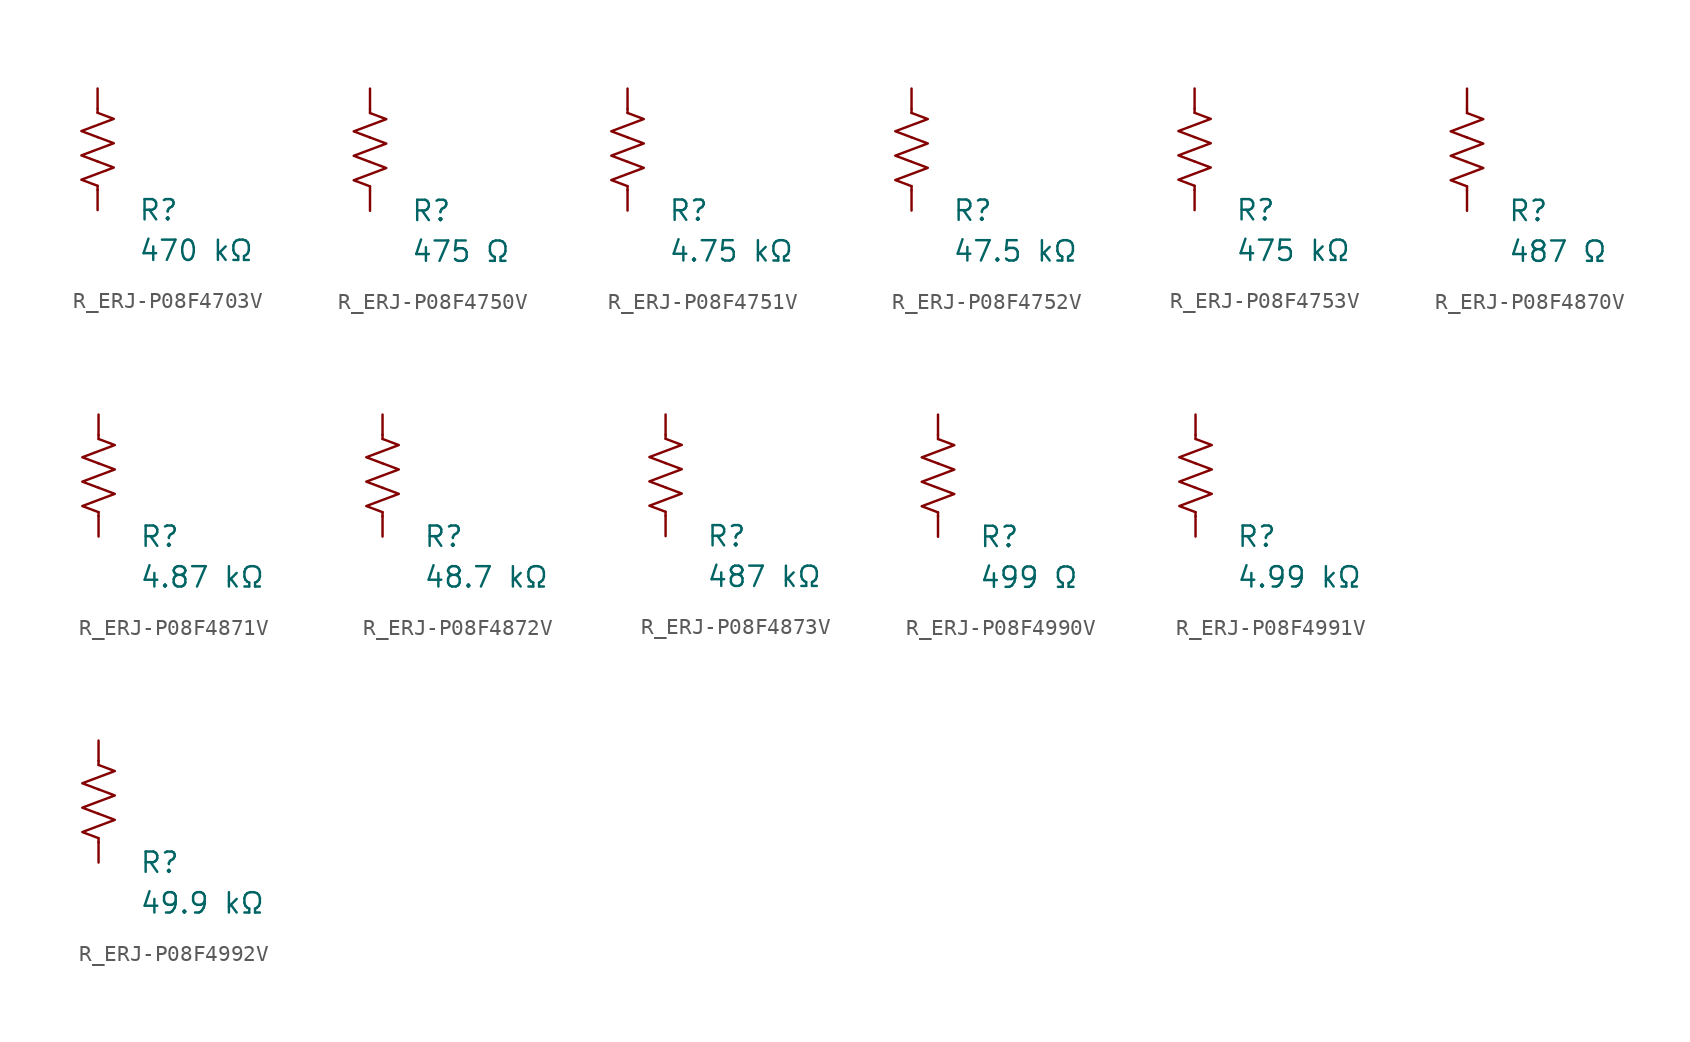
<source format=kicad_sym>
(kicad_symbol_lib
  (version 20231120)
  (generator "kicad_symbol_editor")
  (generator_version "8.0")
  (symbol "R_ERJ-P08F4703V"
    (pin_numbers hide)
    (pin_names
      (offset 0))
    (property "Reference" "R"
      (at 2.54 -3.81 0)
      (effects (font (size 1.27 1.27)) (justify left))
      (show_name no))
    (property "Value" "470 kΩ"
      (at 2.54 -6.35 0)
      (effects (font (size 1.27 1.27)) (justify left))
      (show_name no))
    (symbol "R_ERJ-P08F4703V_0_1"
      (polyline (pts (xy 0 -2.286) (xy 0 -2.54)) (stroke (width 0) (type default)) (fill (type none)))
      (polyline (pts (xy 0 2.286) (xy 0 2.54)) (stroke (width 0) (type default)) (fill (type none)))
      (polyline (pts (xy 0 -0.762) (xy 1.016 -1.143) (xy 0 -1.524) (xy -1.016 -1.905) (xy 0 -2.286)) (stroke (width 0) (type default)) (fill (type none)))
      (polyline (pts (xy 0 0.762) (xy 1.016 0.381) (xy 0 0) (xy -1.016 -0.381) (xy 0 -0.762)) (stroke (width 0) (type default)) (fill (type none)))
      (polyline (pts (xy 0 2.286) (xy 1.016 1.905) (xy 0 1.524) (xy -1.016 1.143) (xy 0 0.762)) (stroke (width 0) (type default)) (fill (type none))))
    (symbol "R_ERJ-P08F4703V_1_1"
      (pin passive line (at 0 3.81 270) (length 1.27) (name "~" (effects (font (size 1.27 1.27)))) (number "1" (effects (font (size 1.27 1.27)))))
      (pin passive line (at 0 -3.81 90) (length 1.27) (name "~" (effects (font (size 1.27 1.27)))) (number "2" (effects (font (size 1.27 1.27)))))))
  (symbol "R_ERJ-P08F4750V"
    (pin_numbers hide)
    (pin_names
      (offset 0))
    (property "Reference" "R"
      (at 2.54 -3.81 0)
      (effects (font (size 1.27 1.27)) (justify left))
      (show_name no))
    (property "Value" "475 Ω"
      (at 2.54 -6.35 0)
      (effects (font (size 1.27 1.27)) (justify left))
      (show_name no))
    (symbol "R_ERJ-P08F4750V_0_1"
      (polyline (pts (xy 0 -2.286) (xy 0 -2.54)) (stroke (width 0) (type default)) (fill (type none)))
      (polyline (pts (xy 0 2.286) (xy 0 2.54)) (stroke (width 0) (type default)) (fill (type none)))
      (polyline (pts (xy 0 -0.762) (xy 1.016 -1.143) (xy 0 -1.524) (xy -1.016 -1.905) (xy 0 -2.286)) (stroke (width 0) (type default)) (fill (type none)))
      (polyline (pts (xy 0 0.762) (xy 1.016 0.381) (xy 0 0) (xy -1.016 -0.381) (xy 0 -0.762)) (stroke (width 0) (type default)) (fill (type none)))
      (polyline (pts (xy 0 2.286) (xy 1.016 1.905) (xy 0 1.524) (xy -1.016 1.143) (xy 0 0.762)) (stroke (width 0) (type default)) (fill (type none))))
    (symbol "R_ERJ-P08F4750V_1_1"
      (pin passive line (at 0 3.81 270) (length 1.27) (name "~" (effects (font (size 1.27 1.27)))) (number "1" (effects (font (size 1.27 1.27)))))
      (pin passive line (at 0 -3.81 90) (length 1.27) (name "~" (effects (font (size 1.27 1.27)))) (number "2" (effects (font (size 1.27 1.27)))))))
  (symbol "R_ERJ-P08F4751V"
    (pin_numbers hide)
    (pin_names
      (offset 0))
    (property "Reference" "R"
      (at 2.54 -3.81 0)
      (effects (font (size 1.27 1.27)) (justify left))
      (show_name no))
    (property "Value" "4.75 kΩ"
      (at 2.54 -6.35 0)
      (effects (font (size 1.27 1.27)) (justify left))
      (show_name no))
    (symbol "R_ERJ-P08F4751V_0_1"
      (polyline (pts (xy 0 -2.286) (xy 0 -2.54)) (stroke (width 0) (type default)) (fill (type none)))
      (polyline (pts (xy 0 2.286) (xy 0 2.54)) (stroke (width 0) (type default)) (fill (type none)))
      (polyline (pts (xy 0 -0.762) (xy 1.016 -1.143) (xy 0 -1.524) (xy -1.016 -1.905) (xy 0 -2.286)) (stroke (width 0) (type default)) (fill (type none)))
      (polyline (pts (xy 0 0.762) (xy 1.016 0.381) (xy 0 0) (xy -1.016 -0.381) (xy 0 -0.762)) (stroke (width 0) (type default)) (fill (type none)))
      (polyline (pts (xy 0 2.286) (xy 1.016 1.905) (xy 0 1.524) (xy -1.016 1.143) (xy 0 0.762)) (stroke (width 0) (type default)) (fill (type none))))
    (symbol "R_ERJ-P08F4751V_1_1"
      (pin passive line (at 0 3.81 270) (length 1.27) (name "~" (effects (font (size 1.27 1.27)))) (number "1" (effects (font (size 1.27 1.27)))))
      (pin passive line (at 0 -3.81 90) (length 1.27) (name "~" (effects (font (size 1.27 1.27)))) (number "2" (effects (font (size 1.27 1.27)))))))
  (symbol "R_ERJ-P08F4752V"
    (pin_numbers hide)
    (pin_names
      (offset 0))
    (property "Reference" "R"
      (at 2.54 -3.81 0)
      (effects (font (size 1.27 1.27)) (justify left))
      (show_name no))
    (property "Value" "47.5 kΩ"
      (at 2.54 -6.35 0)
      (effects (font (size 1.27 1.27)) (justify left))
      (show_name no))
    (symbol "R_ERJ-P08F4752V_0_1"
      (polyline (pts (xy 0 -2.286) (xy 0 -2.54)) (stroke (width 0) (type default)) (fill (type none)))
      (polyline (pts (xy 0 2.286) (xy 0 2.54)) (stroke (width 0) (type default)) (fill (type none)))
      (polyline (pts (xy 0 -0.762) (xy 1.016 -1.143) (xy 0 -1.524) (xy -1.016 -1.905) (xy 0 -2.286)) (stroke (width 0) (type default)) (fill (type none)))
      (polyline (pts (xy 0 0.762) (xy 1.016 0.381) (xy 0 0) (xy -1.016 -0.381) (xy 0 -0.762)) (stroke (width 0) (type default)) (fill (type none)))
      (polyline (pts (xy 0 2.286) (xy 1.016 1.905) (xy 0 1.524) (xy -1.016 1.143) (xy 0 0.762)) (stroke (width 0) (type default)) (fill (type none))))
    (symbol "R_ERJ-P08F4752V_1_1"
      (pin passive line (at 0 3.81 270) (length 1.27) (name "~" (effects (font (size 1.27 1.27)))) (number "1" (effects (font (size 1.27 1.27)))))
      (pin passive line (at 0 -3.81 90) (length 1.27) (name "~" (effects (font (size 1.27 1.27)))) (number "2" (effects (font (size 1.27 1.27)))))))
  (symbol "R_ERJ-P08F4753V"
    (pin_numbers hide)
    (pin_names
      (offset 0))
    (property "Reference" "R"
      (at 2.54 -3.81 0)
      (effects (font (size 1.27 1.27)) (justify left))
      (show_name no))
    (property "Value" "475 kΩ"
      (at 2.54 -6.35 0)
      (effects (font (size 1.27 1.27)) (justify left))
      (show_name no))
    (symbol "R_ERJ-P08F4753V_0_1"
      (polyline (pts (xy 0 -2.286) (xy 0 -2.54)) (stroke (width 0) (type default)) (fill (type none)))
      (polyline (pts (xy 0 2.286) (xy 0 2.54)) (stroke (width 0) (type default)) (fill (type none)))
      (polyline (pts (xy 0 -0.762) (xy 1.016 -1.143) (xy 0 -1.524) (xy -1.016 -1.905) (xy 0 -2.286)) (stroke (width 0) (type default)) (fill (type none)))
      (polyline (pts (xy 0 0.762) (xy 1.016 0.381) (xy 0 0) (xy -1.016 -0.381) (xy 0 -0.762)) (stroke (width 0) (type default)) (fill (type none)))
      (polyline (pts (xy 0 2.286) (xy 1.016 1.905) (xy 0 1.524) (xy -1.016 1.143) (xy 0 0.762)) (stroke (width 0) (type default)) (fill (type none))))
    (symbol "R_ERJ-P08F4753V_1_1"
      (pin passive line (at 0 3.81 270) (length 1.27) (name "~" (effects (font (size 1.27 1.27)))) (number "1" (effects (font (size 1.27 1.27)))))
      (pin passive line (at 0 -3.81 90) (length 1.27) (name "~" (effects (font (size 1.27 1.27)))) (number "2" (effects (font (size 1.27 1.27)))))))
  (symbol "R_ERJ-P08F4870V"
    (pin_numbers hide)
    (pin_names
      (offset 0))
    (property "Reference" "R"
      (at 2.54 -3.81 0)
      (effects (font (size 1.27 1.27)) (justify left))
      (show_name no))
    (property "Value" "487 Ω"
      (at 2.54 -6.35 0)
      (effects (font (size 1.27 1.27)) (justify left))
      (show_name no))
    (symbol "R_ERJ-P08F4870V_0_1"
      (polyline (pts (xy 0 -2.286) (xy 0 -2.54)) (stroke (width 0) (type default)) (fill (type none)))
      (polyline (pts (xy 0 2.286) (xy 0 2.54)) (stroke (width 0) (type default)) (fill (type none)))
      (polyline (pts (xy 0 -0.762) (xy 1.016 -1.143) (xy 0 -1.524) (xy -1.016 -1.905) (xy 0 -2.286)) (stroke (width 0) (type default)) (fill (type none)))
      (polyline (pts (xy 0 0.762) (xy 1.016 0.381) (xy 0 0) (xy -1.016 -0.381) (xy 0 -0.762)) (stroke (width 0) (type default)) (fill (type none)))
      (polyline (pts (xy 0 2.286) (xy 1.016 1.905) (xy 0 1.524) (xy -1.016 1.143) (xy 0 0.762)) (stroke (width 0) (type default)) (fill (type none))))
    (symbol "R_ERJ-P08F4870V_1_1"
      (pin passive line (at 0 3.81 270) (length 1.27) (name "~" (effects (font (size 1.27 1.27)))) (number "1" (effects (font (size 1.27 1.27)))))
      (pin passive line (at 0 -3.81 90) (length 1.27) (name "~" (effects (font (size 1.27 1.27)))) (number "2" (effects (font (size 1.27 1.27)))))))
  (symbol "R_ERJ-P08F4871V"
    (pin_numbers hide)
    (pin_names
      (offset 0))
    (property "Reference" "R"
      (at 2.54 -3.81 0)
      (effects (font (size 1.27 1.27)) (justify left))
      (show_name no))
    (property "Value" "4.87 kΩ"
      (at 2.54 -6.35 0)
      (effects (font (size 1.27 1.27)) (justify left))
      (show_name no))
    (symbol "R_ERJ-P08F4871V_0_1"
      (polyline (pts (xy 0 -2.286) (xy 0 -2.54)) (stroke (width 0) (type default)) (fill (type none)))
      (polyline (pts (xy 0 2.286) (xy 0 2.54)) (stroke (width 0) (type default)) (fill (type none)))
      (polyline (pts (xy 0 -0.762) (xy 1.016 -1.143) (xy 0 -1.524) (xy -1.016 -1.905) (xy 0 -2.286)) (stroke (width 0) (type default)) (fill (type none)))
      (polyline (pts (xy 0 0.762) (xy 1.016 0.381) (xy 0 0) (xy -1.016 -0.381) (xy 0 -0.762)) (stroke (width 0) (type default)) (fill (type none)))
      (polyline (pts (xy 0 2.286) (xy 1.016 1.905) (xy 0 1.524) (xy -1.016 1.143) (xy 0 0.762)) (stroke (width 0) (type default)) (fill (type none))))
    (symbol "R_ERJ-P08F4871V_1_1"
      (pin passive line (at 0 3.81 270) (length 1.27) (name "~" (effects (font (size 1.27 1.27)))) (number "1" (effects (font (size 1.27 1.27)))))
      (pin passive line (at 0 -3.81 90) (length 1.27) (name "~" (effects (font (size 1.27 1.27)))) (number "2" (effects (font (size 1.27 1.27)))))))
  (symbol "R_ERJ-P08F4872V"
    (pin_numbers hide)
    (pin_names
      (offset 0))
    (property "Reference" "R"
      (at 2.54 -3.81 0)
      (effects (font (size 1.27 1.27)) (justify left))
      (show_name no))
    (property "Value" "48.7 kΩ"
      (at 2.54 -6.35 0)
      (effects (font (size 1.27 1.27)) (justify left))
      (show_name no))
    (symbol "R_ERJ-P08F4872V_0_1"
      (polyline (pts (xy 0 -2.286) (xy 0 -2.54)) (stroke (width 0) (type default)) (fill (type none)))
      (polyline (pts (xy 0 2.286) (xy 0 2.54)) (stroke (width 0) (type default)) (fill (type none)))
      (polyline (pts (xy 0 -0.762) (xy 1.016 -1.143) (xy 0 -1.524) (xy -1.016 -1.905) (xy 0 -2.286)) (stroke (width 0) (type default)) (fill (type none)))
      (polyline (pts (xy 0 0.762) (xy 1.016 0.381) (xy 0 0) (xy -1.016 -0.381) (xy 0 -0.762)) (stroke (width 0) (type default)) (fill (type none)))
      (polyline (pts (xy 0 2.286) (xy 1.016 1.905) (xy 0 1.524) (xy -1.016 1.143) (xy 0 0.762)) (stroke (width 0) (type default)) (fill (type none))))
    (symbol "R_ERJ-P08F4872V_1_1"
      (pin passive line (at 0 3.81 270) (length 1.27) (name "~" (effects (font (size 1.27 1.27)))) (number "1" (effects (font (size 1.27 1.27)))))
      (pin passive line (at 0 -3.81 90) (length 1.27) (name "~" (effects (font (size 1.27 1.27)))) (number "2" (effects (font (size 1.27 1.27)))))))
  (symbol "R_ERJ-P08F4873V"
    (pin_numbers hide)
    (pin_names
      (offset 0))
    (property "Reference" "R"
      (at 2.54 -3.81 0)
      (effects (font (size 1.27 1.27)) (justify left))
      (show_name no))
    (property "Value" "487 kΩ"
      (at 2.54 -6.35 0)
      (effects (font (size 1.27 1.27)) (justify left))
      (show_name no))
    (symbol "R_ERJ-P08F4873V_0_1"
      (polyline (pts (xy 0 -2.286) (xy 0 -2.54)) (stroke (width 0) (type default)) (fill (type none)))
      (polyline (pts (xy 0 2.286) (xy 0 2.54)) (stroke (width 0) (type default)) (fill (type none)))
      (polyline (pts (xy 0 -0.762) (xy 1.016 -1.143) (xy 0 -1.524) (xy -1.016 -1.905) (xy 0 -2.286)) (stroke (width 0) (type default)) (fill (type none)))
      (polyline (pts (xy 0 0.762) (xy 1.016 0.381) (xy 0 0) (xy -1.016 -0.381) (xy 0 -0.762)) (stroke (width 0) (type default)) (fill (type none)))
      (polyline (pts (xy 0 2.286) (xy 1.016 1.905) (xy 0 1.524) (xy -1.016 1.143) (xy 0 0.762)) (stroke (width 0) (type default)) (fill (type none))))
    (symbol "R_ERJ-P08F4873V_1_1"
      (pin passive line (at 0 3.81 270) (length 1.27) (name "~" (effects (font (size 1.27 1.27)))) (number "1" (effects (font (size 1.27 1.27)))))
      (pin passive line (at 0 -3.81 90) (length 1.27) (name "~" (effects (font (size 1.27 1.27)))) (number "2" (effects (font (size 1.27 1.27)))))))
  (symbol "R_ERJ-P08F4990V"
    (pin_numbers hide)
    (pin_names
      (offset 0))
    (property "Reference" "R"
      (at 2.54 -3.81 0)
      (effects (font (size 1.27 1.27)) (justify left))
      (show_name no))
    (property "Value" "499 Ω"
      (at 2.54 -6.35 0)
      (effects (font (size 1.27 1.27)) (justify left))
      (show_name no))
    (symbol "R_ERJ-P08F4990V_0_1"
      (polyline (pts (xy 0 -2.286) (xy 0 -2.54)) (stroke (width 0) (type default)) (fill (type none)))
      (polyline (pts (xy 0 2.286) (xy 0 2.54)) (stroke (width 0) (type default)) (fill (type none)))
      (polyline (pts (xy 0 -0.762) (xy 1.016 -1.143) (xy 0 -1.524) (xy -1.016 -1.905) (xy 0 -2.286)) (stroke (width 0) (type default)) (fill (type none)))
      (polyline (pts (xy 0 0.762) (xy 1.016 0.381) (xy 0 0) (xy -1.016 -0.381) (xy 0 -0.762)) (stroke (width 0) (type default)) (fill (type none)))
      (polyline (pts (xy 0 2.286) (xy 1.016 1.905) (xy 0 1.524) (xy -1.016 1.143) (xy 0 0.762)) (stroke (width 0) (type default)) (fill (type none))))
    (symbol "R_ERJ-P08F4990V_1_1"
      (pin passive line (at 0 3.81 270) (length 1.27) (name "~" (effects (font (size 1.27 1.27)))) (number "1" (effects (font (size 1.27 1.27)))))
      (pin passive line (at 0 -3.81 90) (length 1.27) (name "~" (effects (font (size 1.27 1.27)))) (number "2" (effects (font (size 1.27 1.27)))))))
  (symbol "R_ERJ-P08F4991V"
    (pin_numbers hide)
    (pin_names
      (offset 0))
    (property "Reference" "R"
      (at 2.54 -3.81 0)
      (effects (font (size 1.27 1.27)) (justify left))
      (show_name no))
    (property "Value" "4.99 kΩ"
      (at 2.54 -6.35 0)
      (effects (font (size 1.27 1.27)) (justify left))
      (show_name no))
    (symbol "R_ERJ-P08F4991V_0_1"
      (polyline (pts (xy 0 -2.286) (xy 0 -2.54)) (stroke (width 0) (type default)) (fill (type none)))
      (polyline (pts (xy 0 2.286) (xy 0 2.54)) (stroke (width 0) (type default)) (fill (type none)))
      (polyline (pts (xy 0 -0.762) (xy 1.016 -1.143) (xy 0 -1.524) (xy -1.016 -1.905) (xy 0 -2.286)) (stroke (width 0) (type default)) (fill (type none)))
      (polyline (pts (xy 0 0.762) (xy 1.016 0.381) (xy 0 0) (xy -1.016 -0.381) (xy 0 -0.762)) (stroke (width 0) (type default)) (fill (type none)))
      (polyline (pts (xy 0 2.286) (xy 1.016 1.905) (xy 0 1.524) (xy -1.016 1.143) (xy 0 0.762)) (stroke (width 0) (type default)) (fill (type none))))
    (symbol "R_ERJ-P08F4991V_1_1"
      (pin passive line (at 0 3.81 270) (length 1.27) (name "~" (effects (font (size 1.27 1.27)))) (number "1" (effects (font (size 1.27 1.27)))))
      (pin passive line (at 0 -3.81 90) (length 1.27) (name "~" (effects (font (size 1.27 1.27)))) (number "2" (effects (font (size 1.27 1.27)))))))
  (symbol "R_ERJ-P08F4992V"
    (pin_numbers hide)
    (pin_names
      (offset 0))
    (property "Reference" "R"
      (at 2.54 -3.81 0)
      (effects (font (size 1.27 1.27)) (justify left))
      (show_name no))
    (property "Value" "49.9 kΩ"
      (at 2.54 -6.35 0)
      (effects (font (size 1.27 1.27)) (justify left))
      (show_name no))
    (symbol "R_ERJ-P08F4992V_0_1"
      (polyline (pts (xy 0 -2.286) (xy 0 -2.54)) (stroke (width 0) (type default)) (fill (type none)))
      (polyline (pts (xy 0 2.286) (xy 0 2.54)) (stroke (width 0) (type default)) (fill (type none)))
      (polyline (pts (xy 0 -0.762) (xy 1.016 -1.143) (xy 0 -1.524) (xy -1.016 -1.905) (xy 0 -2.286)) (stroke (width 0) (type default)) (fill (type none)))
      (polyline (pts (xy 0 0.762) (xy 1.016 0.381) (xy 0 0) (xy -1.016 -0.381) (xy 0 -0.762)) (stroke (width 0) (type default)) (fill (type none)))
      (polyline (pts (xy 0 2.286) (xy 1.016 1.905) (xy 0 1.524) (xy -1.016 1.143) (xy 0 0.762)) (stroke (width 0) (type default)) (fill (type none))))
    (symbol "R_ERJ-P08F4992V_1_1"
      (pin passive line (at 0 3.81 270) (length 1.27) (name "~" (effects (font (size 1.27 1.27)))) (number "1" (effects (font (size 1.27 1.27)))))
      (pin passive line (at 0 -3.81 90) (length 1.27) (name "~" (effects (font (size 1.27 1.27)))) (number "2" (effects (font (size 1.27 1.27))))))))
</source>
